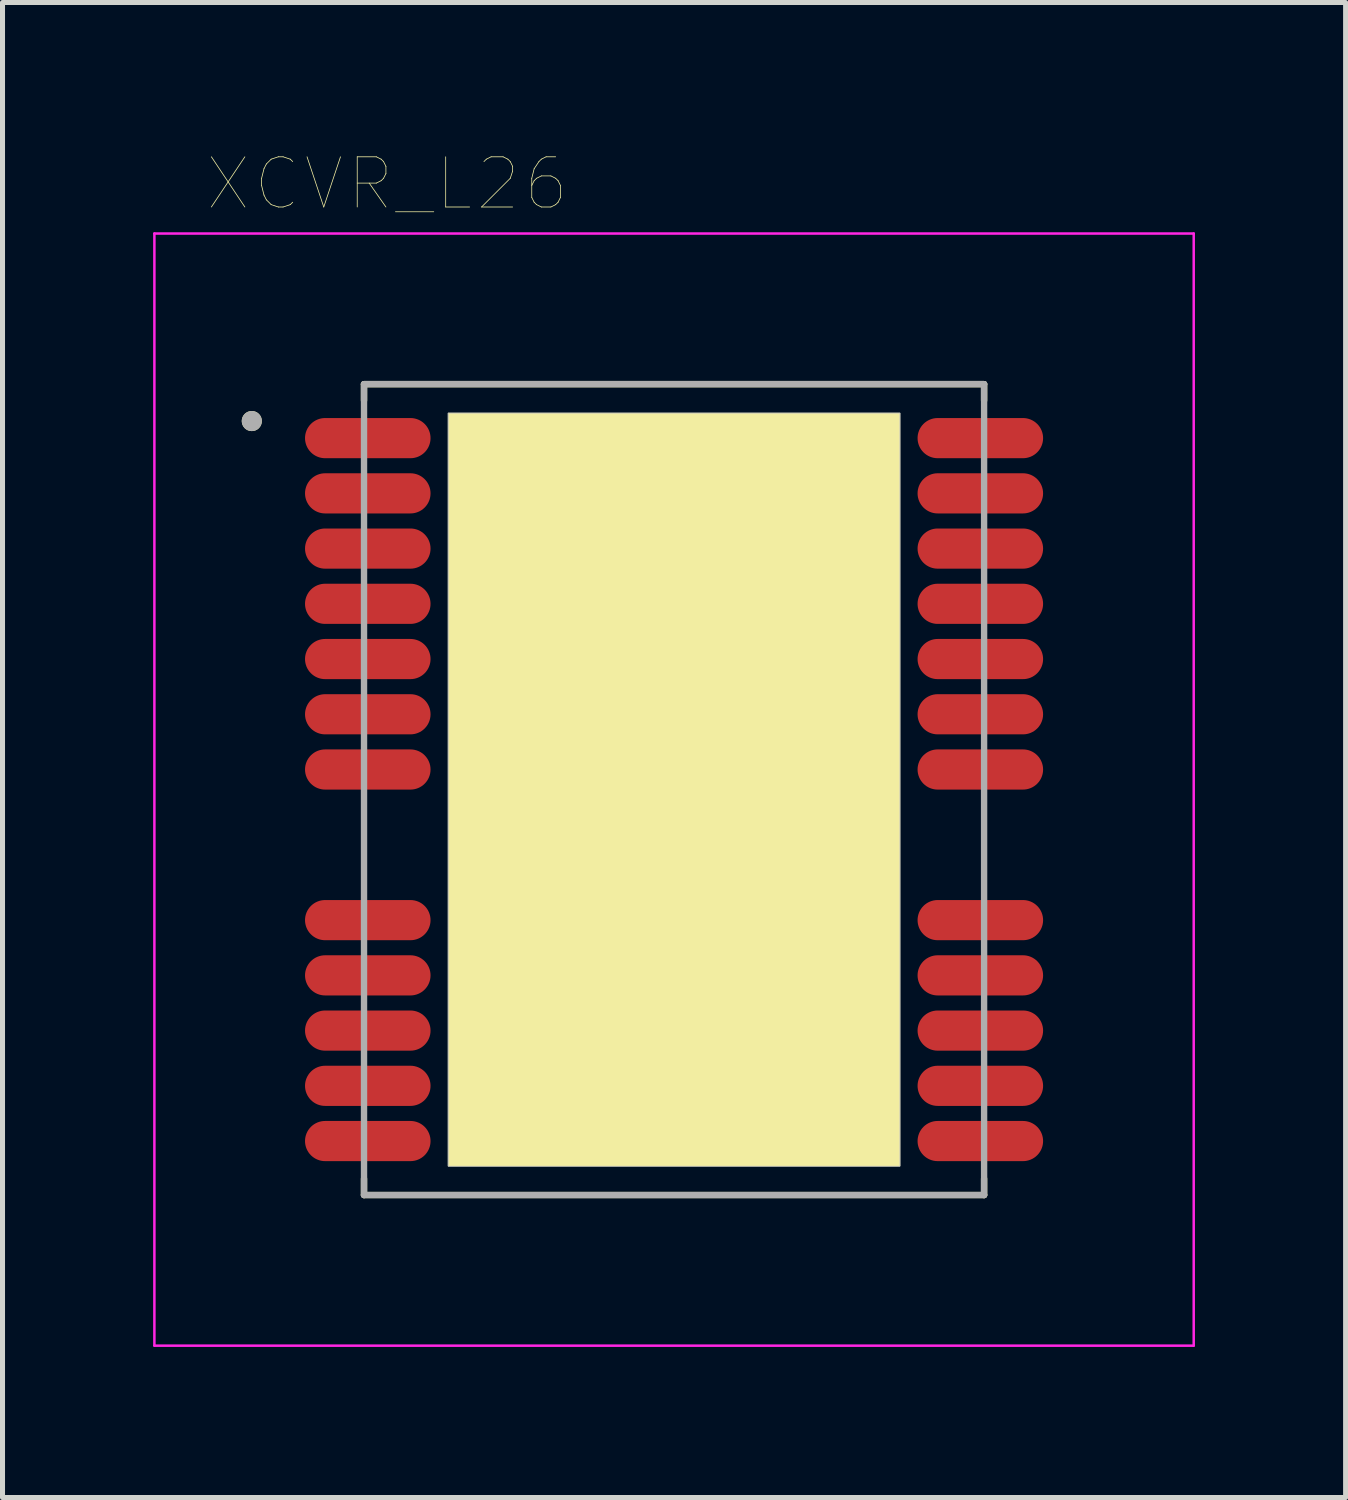
<source format=kicad_pcb>
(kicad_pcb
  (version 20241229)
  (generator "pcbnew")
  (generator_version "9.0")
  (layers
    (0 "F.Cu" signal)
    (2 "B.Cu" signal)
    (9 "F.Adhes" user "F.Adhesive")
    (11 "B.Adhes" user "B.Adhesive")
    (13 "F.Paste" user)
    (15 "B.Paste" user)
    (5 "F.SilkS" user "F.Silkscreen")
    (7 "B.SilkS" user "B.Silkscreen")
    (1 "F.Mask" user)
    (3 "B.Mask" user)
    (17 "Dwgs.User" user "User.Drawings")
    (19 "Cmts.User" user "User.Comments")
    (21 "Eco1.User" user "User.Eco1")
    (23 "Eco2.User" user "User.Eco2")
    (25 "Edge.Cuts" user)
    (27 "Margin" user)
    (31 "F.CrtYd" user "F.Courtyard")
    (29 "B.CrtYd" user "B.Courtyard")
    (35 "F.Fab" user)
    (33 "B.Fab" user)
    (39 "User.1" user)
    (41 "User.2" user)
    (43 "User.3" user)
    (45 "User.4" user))
  (footprint "XCVR_L26"
    (layer "F.Cu")
    (at 10.375 12.676)
    (property "Reference" "XCVR_L26" (at -5.715 -12.065 0) (layer "F.SilkS") (effects (font (size 1 1) (thickness 0.015))))
    (attr through_hole)
    (fp_line (start -6.175 -7.75) (end -6.175 -8.075) (stroke (width 0.127) (type solid)) (layer "F.SilkS"))
    (fp_line (start -6.175 8.075) (end -6.175 7.75) (stroke (width 0.127) (type solid)) (layer "F.SilkS"))
    (fp_line (start 6.175 -8.075) (end -6.175 -8.075) (stroke (width 0.127) (type solid)) (layer "F.SilkS"))
    (fp_line (start 6.175 -7.75) (end 6.175 -8.075) (stroke (width 0.127) (type solid)) (layer "F.SilkS"))
    (fp_line (start 6.175 7.75) (end 6.175 8.075) (stroke (width 0.127) (type solid)) (layer "F.SilkS"))
    (fp_line (start 6.175 8.075) (end -6.175 8.075) (stroke (width 0.127) (type solid)) (layer "F.SilkS"))
    (fp_circle (center -8.41 -7.34) (end -8.31 -7.34) (stroke (width 0.2) (type solid)) (fill no) (layer "F.SilkS"))
    (fp_poly (pts (xy -4.5 -7.5) (xy 4.5 -7.5) (xy 4.5 7.5) (xy -4.5 7.5)) (stroke (width 0.01) (type solid)) (fill yes) (layer "F.SilkS"))
    (fp_poly (pts (xy -5.35 -6.6) (xy -7.35 -6.6) (xy -7.392 -6.602) (xy -7.433 -6.609) (xy -7.474 -6.62) (xy -7.513 -6.635) (xy -7.55 -6.654) (xy -7.585 -6.676) (xy -7.618 -6.703) (xy -7.647 -6.732) (xy -7.674 -6.765) (xy -7.696 -6.8) (xy -7.715 -6.837) (xy -7.73 -6.876) (xy -7.741 -6.917) (xy -7.748 -6.958) (xy -7.75 -7) (xy -7.748 -7.042) (xy -7.741 -7.083) (xy -7.73 -7.124) (xy -7.715 -7.163) (xy -7.696 -7.2) (xy -7.674 -7.235) (xy -7.647 -7.268) (xy -7.618 -7.297) (xy -7.585 -7.324) (xy -7.55 -7.346) (xy -7.513 -7.365) (xy -7.474 -7.38) (xy -7.433 -7.391) (xy -7.392 -7.398) (xy -7.35 -7.4) (xy -5.35 -7.4) (xy -5.308 -7.398) (xy -5.267 -7.391) (xy -5.226 -7.38) (xy -5.187 -7.365) (xy -5.15 -7.346) (xy -5.115 -7.324) (xy -5.082 -7.297) (xy -5.053 -7.268) (xy -5.026 -7.235) (xy -5.004 -7.2) (xy -4.985 -7.163) (xy -4.97 -7.124) (xy -4.959 -7.083) (xy -4.952 -7.042) (xy -4.95 -7) (xy -4.952 -6.958) (xy -4.959 -6.917) (xy -4.97 -6.876) (xy -4.985 -6.837) (xy -5.004 -6.8) (xy -5.026 -6.765) (xy -5.053 -6.732) (xy -5.082 -6.703) (xy -5.115 -6.676) (xy -5.15 -6.654) (xy -5.187 -6.635) (xy -5.226 -6.62) (xy -5.267 -6.609) (xy -5.308 -6.602) (xy -5.35 -6.6)) (stroke (width 0.0001) (type solid)) (fill yes) (layer "F.Paste"))
    (fp_poly (pts (xy -5.35 -5.5) (xy -7.35 -5.5) (xy -7.392 -5.502) (xy -7.433 -5.509) (xy -7.474 -5.52) (xy -7.513 -5.535) (xy -7.55 -5.554) (xy -7.585 -5.576) (xy -7.618 -5.603) (xy -7.647 -5.632) (xy -7.674 -5.665) (xy -7.696 -5.7) (xy -7.715 -5.737) (xy -7.73 -5.776) (xy -7.741 -5.817) (xy -7.748 -5.858) (xy -7.75 -5.9) (xy -7.748 -5.942) (xy -7.741 -5.983) (xy -7.73 -6.024) (xy -7.715 -6.063) (xy -7.696 -6.1) (xy -7.674 -6.135) (xy -7.647 -6.168) (xy -7.618 -6.197) (xy -7.585 -6.224) (xy -7.55 -6.246) (xy -7.513 -6.265) (xy -7.474 -6.28) (xy -7.433 -6.291) (xy -7.392 -6.298) (xy -7.35 -6.3) (xy -5.35 -6.3) (xy -5.308 -6.298) (xy -5.267 -6.291) (xy -5.226 -6.28) (xy -5.187 -6.265) (xy -5.15 -6.246) (xy -5.115 -6.224) (xy -5.082 -6.197) (xy -5.053 -6.168) (xy -5.026 -6.135) (xy -5.004 -6.1) (xy -4.985 -6.063) (xy -4.97 -6.024) (xy -4.959 -5.983) (xy -4.952 -5.942) (xy -4.95 -5.9) (xy -4.952 -5.858) (xy -4.959 -5.817) (xy -4.97 -5.776) (xy -4.985 -5.737) (xy -5.004 -5.7) (xy -5.026 -5.665) (xy -5.053 -5.632) (xy -5.082 -5.603) (xy -5.115 -5.576) (xy -5.15 -5.554) (xy -5.187 -5.535) (xy -5.226 -5.52) (xy -5.267 -5.509) (xy -5.308 -5.502) (xy -5.35 -5.5)) (stroke (width 0.0001) (type solid)) (fill yes) (layer "F.Paste"))
    (fp_poly (pts (xy -5.35 -4.4) (xy -7.35 -4.4) (xy -7.392 -4.402) (xy -7.433 -4.409) (xy -7.474 -4.42) (xy -7.513 -4.435) (xy -7.55 -4.454) (xy -7.585 -4.476) (xy -7.618 -4.503) (xy -7.647 -4.532) (xy -7.674 -4.565) (xy -7.696 -4.6) (xy -7.715 -4.637) (xy -7.73 -4.676) (xy -7.741 -4.717) (xy -7.748 -4.758) (xy -7.75 -4.8) (xy -7.748 -4.842) (xy -7.741 -4.883) (xy -7.73 -4.924) (xy -7.715 -4.963) (xy -7.696 -5) (xy -7.674 -5.035) (xy -7.647 -5.068) (xy -7.618 -5.097) (xy -7.585 -5.124) (xy -7.55 -5.146) (xy -7.513 -5.165) (xy -7.474 -5.18) (xy -7.433 -5.191) (xy -7.392 -5.198) (xy -7.35 -5.2) (xy -5.35 -5.2) (xy -5.308 -5.198) (xy -5.267 -5.191) (xy -5.226 -5.18) (xy -5.187 -5.165) (xy -5.15 -5.146) (xy -5.115 -5.124) (xy -5.082 -5.097) (xy -5.053 -5.068) (xy -5.026 -5.035) (xy -5.004 -5) (xy -4.985 -4.963) (xy -4.97 -4.924) (xy -4.959 -4.883) (xy -4.952 -4.842) (xy -4.95 -4.8) (xy -4.952 -4.758) (xy -4.959 -4.717) (xy -4.97 -4.676) (xy -4.985 -4.637) (xy -5.004 -4.6) (xy -5.026 -4.565) (xy -5.053 -4.532) (xy -5.082 -4.503) (xy -5.115 -4.476) (xy -5.15 -4.454) (xy -5.187 -4.435) (xy -5.226 -4.42) (xy -5.267 -4.409) (xy -5.308 -4.402) (xy -5.35 -4.4)) (stroke (width 0.0001) (type solid)) (fill yes) (layer "F.Paste"))
    (fp_poly (pts (xy -5.35 -3.3) (xy -7.35 -3.3) (xy -7.392 -3.302) (xy -7.433 -3.309) (xy -7.474 -3.32) (xy -7.513 -3.335) (xy -7.55 -3.354) (xy -7.585 -3.376) (xy -7.618 -3.403) (xy -7.647 -3.432) (xy -7.674 -3.465) (xy -7.696 -3.5) (xy -7.715 -3.537) (xy -7.73 -3.576) (xy -7.741 -3.617) (xy -7.748 -3.658) (xy -7.75 -3.7) (xy -7.748 -3.742) (xy -7.741 -3.783) (xy -7.73 -3.824) (xy -7.715 -3.863) (xy -7.696 -3.9) (xy -7.674 -3.935) (xy -7.647 -3.968) (xy -7.618 -3.997) (xy -7.585 -4.024) (xy -7.55 -4.046) (xy -7.513 -4.065) (xy -7.474 -4.08) (xy -7.433 -4.091) (xy -7.392 -4.098) (xy -7.35 -4.1) (xy -5.35 -4.1) (xy -5.308 -4.098) (xy -5.267 -4.091) (xy -5.226 -4.08) (xy -5.187 -4.065) (xy -5.15 -4.046) (xy -5.115 -4.024) (xy -5.082 -3.997) (xy -5.053 -3.968) (xy -5.026 -3.935) (xy -5.004 -3.9) (xy -4.985 -3.863) (xy -4.97 -3.824) (xy -4.959 -3.783) (xy -4.952 -3.742) (xy -4.95 -3.7) (xy -4.952 -3.658) (xy -4.959 -3.617) (xy -4.97 -3.576) (xy -4.985 -3.537) (xy -5.004 -3.5) (xy -5.026 -3.465) (xy -5.053 -3.432) (xy -5.082 -3.403) (xy -5.115 -3.376) (xy -5.15 -3.354) (xy -5.187 -3.335) (xy -5.226 -3.32) (xy -5.267 -3.309) (xy -5.308 -3.302) (xy -5.35 -3.3)) (stroke (width 0.0001) (type solid)) (fill yes) (layer "F.Paste"))
    (fp_poly (pts (xy -5.35 -2.2) (xy -7.35 -2.2) (xy -7.392 -2.202) (xy -7.433 -2.209) (xy -7.474 -2.22) (xy -7.513 -2.235) (xy -7.55 -2.254) (xy -7.585 -2.276) (xy -7.618 -2.303) (xy -7.647 -2.332) (xy -7.674 -2.365) (xy -7.696 -2.4) (xy -7.715 -2.437) (xy -7.73 -2.476) (xy -7.741 -2.517) (xy -7.748 -2.558) (xy -7.75 -2.6) (xy -7.748 -2.642) (xy -7.741 -2.683) (xy -7.73 -2.724) (xy -7.715 -2.763) (xy -7.696 -2.8) (xy -7.674 -2.835) (xy -7.647 -2.868) (xy -7.618 -2.897) (xy -7.585 -2.924) (xy -7.55 -2.946) (xy -7.513 -2.965) (xy -7.474 -2.98) (xy -7.433 -2.991) (xy -7.392 -2.998) (xy -7.35 -3) (xy -5.35 -3) (xy -5.308 -2.998) (xy -5.267 -2.991) (xy -5.226 -2.98) (xy -5.187 -2.965) (xy -5.15 -2.946) (xy -5.115 -2.924) (xy -5.082 -2.897) (xy -5.053 -2.868) (xy -5.026 -2.835) (xy -5.004 -2.8) (xy -4.985 -2.763) (xy -4.97 -2.724) (xy -4.959 -2.683) (xy -4.952 -2.642) (xy -4.95 -2.6) (xy -4.952 -2.558) (xy -4.959 -2.517) (xy -4.97 -2.476) (xy -4.985 -2.437) (xy -5.004 -2.4) (xy -5.026 -2.365) (xy -5.053 -2.332) (xy -5.082 -2.303) (xy -5.115 -2.276) (xy -5.15 -2.254) (xy -5.187 -2.235) (xy -5.226 -2.22) (xy -5.267 -2.209) (xy -5.308 -2.202) (xy -5.35 -2.2)) (stroke (width 0.0001) (type solid)) (fill yes) (layer "F.Paste"))
    (fp_poly (pts (xy -5.35 -1.1) (xy -7.35 -1.1) (xy -7.392 -1.102) (xy -7.433 -1.109) (xy -7.474 -1.12) (xy -7.513 -1.135) (xy -7.55 -1.154) (xy -7.585 -1.176) (xy -7.618 -1.203) (xy -7.647 -1.232) (xy -7.674 -1.265) (xy -7.696 -1.3) (xy -7.715 -1.337) (xy -7.73 -1.376) (xy -7.741 -1.417) (xy -7.748 -1.458) (xy -7.75 -1.5) (xy -7.748 -1.542) (xy -7.741 -1.583) (xy -7.73 -1.624) (xy -7.715 -1.663) (xy -7.696 -1.7) (xy -7.674 -1.735) (xy -7.647 -1.768) (xy -7.618 -1.797) (xy -7.585 -1.824) (xy -7.55 -1.846) (xy -7.513 -1.865) (xy -7.474 -1.88) (xy -7.433 -1.891) (xy -7.392 -1.898) (xy -7.35 -1.9) (xy -5.35 -1.9) (xy -5.308 -1.898) (xy -5.267 -1.891) (xy -5.226 -1.88) (xy -5.187 -1.865) (xy -5.15 -1.846) (xy -5.115 -1.824) (xy -5.082 -1.797) (xy -5.053 -1.768) (xy -5.026 -1.735) (xy -5.004 -1.7) (xy -4.985 -1.663) (xy -4.97 -1.624) (xy -4.959 -1.583) (xy -4.952 -1.542) (xy -4.95 -1.5) (xy -4.952 -1.458) (xy -4.959 -1.417) (xy -4.97 -1.376) (xy -4.985 -1.337) (xy -5.004 -1.3) (xy -5.026 -1.265) (xy -5.053 -1.232) (xy -5.082 -1.203) (xy -5.115 -1.176) (xy -5.15 -1.154) (xy -5.187 -1.135) (xy -5.226 -1.12) (xy -5.267 -1.109) (xy -5.308 -1.102) (xy -5.35 -1.1)) (stroke (width 0.0001) (type solid)) (fill yes) (layer "F.Paste"))
    (fp_poly (pts (xy -5.35 0) (xy -7.35 0) (xy -7.392 -0.002) (xy -7.433 -0.009) (xy -7.474 -0.02) (xy -7.513 -0.035) (xy -7.55 -0.054) (xy -7.585 -0.076) (xy -7.618 -0.103) (xy -7.647 -0.132) (xy -7.674 -0.165) (xy -7.696 -0.2) (xy -7.715 -0.237) (xy -7.73 -0.276) (xy -7.741 -0.317) (xy -7.748 -0.358) (xy -7.75 -0.4) (xy -7.748 -0.442) (xy -7.741 -0.483) (xy -7.73 -0.524) (xy -7.715 -0.563) (xy -7.696 -0.6) (xy -7.674 -0.635) (xy -7.647 -0.668) (xy -7.618 -0.697) (xy -7.585 -0.724) (xy -7.55 -0.746) (xy -7.513 -0.765) (xy -7.474 -0.78) (xy -7.433 -0.791) (xy -7.392 -0.798) (xy -7.35 -0.8) (xy -5.35 -0.8) (xy -5.308 -0.798) (xy -5.267 -0.791) (xy -5.226 -0.78) (xy -5.187 -0.765) (xy -5.15 -0.746) (xy -5.115 -0.724) (xy -5.082 -0.697) (xy -5.053 -0.668) (xy -5.026 -0.635) (xy -5.004 -0.6) (xy -4.985 -0.563) (xy -4.97 -0.524) (xy -4.959 -0.483) (xy -4.952 -0.442) (xy -4.95 -0.4) (xy -4.952 -0.358) (xy -4.959 -0.317) (xy -4.97 -0.276) (xy -4.985 -0.237) (xy -5.004 -0.2) (xy -5.026 -0.165) (xy -5.053 -0.132) (xy -5.082 -0.103) (xy -5.115 -0.076) (xy -5.15 -0.054) (xy -5.187 -0.035) (xy -5.226 -0.02) (xy -5.267 -0.009) (xy -5.308 -0.002) (xy -5.35 0)) (stroke (width 0.0001) (type solid)) (fill yes) (layer "F.Paste"))
    (fp_poly (pts (xy -5.35 3) (xy -7.35 3) (xy -7.392 2.998) (xy -7.433 2.991) (xy -7.474 2.98) (xy -7.513 2.965) (xy -7.55 2.946) (xy -7.585 2.924) (xy -7.618 2.897) (xy -7.647 2.868) (xy -7.674 2.835) (xy -7.696 2.8) (xy -7.715 2.763) (xy -7.73 2.724) (xy -7.741 2.683) (xy -7.748 2.642) (xy -7.75 2.6) (xy -7.748 2.558) (xy -7.741 2.517) (xy -7.73 2.476) (xy -7.715 2.437) (xy -7.696 2.4) (xy -7.674 2.365) (xy -7.647 2.332) (xy -7.618 2.303) (xy -7.585 2.276) (xy -7.55 2.254) (xy -7.513 2.235) (xy -7.474 2.22) (xy -7.433 2.209) (xy -7.392 2.202) (xy -7.35 2.2) (xy -5.35 2.2) (xy -5.308 2.202) (xy -5.267 2.209) (xy -5.226 2.22) (xy -5.187 2.235) (xy -5.15 2.254) (xy -5.115 2.276) (xy -5.082 2.303) (xy -5.053 2.332) (xy -5.026 2.365) (xy -5.004 2.4) (xy -4.985 2.437) (xy -4.97 2.476) (xy -4.959 2.517) (xy -4.952 2.558) (xy -4.95 2.6) (xy -4.952 2.642) (xy -4.959 2.683) (xy -4.97 2.724) (xy -4.985 2.763) (xy -5.004 2.8) (xy -5.026 2.835) (xy -5.053 2.868) (xy -5.082 2.897) (xy -5.115 2.924) (xy -5.15 2.946) (xy -5.187 2.965) (xy -5.226 2.98) (xy -5.267 2.991) (xy -5.308 2.998) (xy -5.35 3)) (stroke (width 0.0001) (type solid)) (fill yes) (layer "F.Paste"))
    (fp_poly (pts (xy -5.35 4.1) (xy -7.35 4.1) (xy -7.392 4.098) (xy -7.433 4.091) (xy -7.474 4.08) (xy -7.513 4.065) (xy -7.55 4.046) (xy -7.585 4.024) (xy -7.618 3.997) (xy -7.647 3.968) (xy -7.674 3.935) (xy -7.696 3.9) (xy -7.715 3.863) (xy -7.73 3.824) (xy -7.741 3.783) (xy -7.748 3.742) (xy -7.75 3.7) (xy -7.748 3.658) (xy -7.741 3.617) (xy -7.73 3.576) (xy -7.715 3.537) (xy -7.696 3.5) (xy -7.674 3.465) (xy -7.647 3.432) (xy -7.618 3.403) (xy -7.585 3.376) (xy -7.55 3.354) (xy -7.513 3.335) (xy -7.474 3.32) (xy -7.433 3.309) (xy -7.392 3.302) (xy -7.35 3.3) (xy -5.35 3.3) (xy -5.308 3.302) (xy -5.267 3.309) (xy -5.226 3.32) (xy -5.187 3.335) (xy -5.15 3.354) (xy -5.115 3.376) (xy -5.082 3.403) (xy -5.053 3.432) (xy -5.026 3.465) (xy -5.004 3.5) (xy -4.985 3.537) (xy -4.97 3.576) (xy -4.959 3.617) (xy -4.952 3.658) (xy -4.95 3.7) (xy -4.952 3.742) (xy -4.959 3.783) (xy -4.97 3.824) (xy -4.985 3.863) (xy -5.004 3.9) (xy -5.026 3.935) (xy -5.053 3.968) (xy -5.082 3.997) (xy -5.115 4.024) (xy -5.15 4.046) (xy -5.187 4.065) (xy -5.226 4.08) (xy -5.267 4.091) (xy -5.308 4.098) (xy -5.35 4.1)) (stroke (width 0.0001) (type solid)) (fill yes) (layer "F.Paste"))
    (fp_poly (pts (xy -5.35 5.2) (xy -7.35 5.2) (xy -7.392 5.198) (xy -7.433 5.191) (xy -7.474 5.18) (xy -7.513 5.165) (xy -7.55 5.146) (xy -7.585 5.124) (xy -7.618 5.097) (xy -7.647 5.068) (xy -7.674 5.035) (xy -7.696 5) (xy -7.715 4.963) (xy -7.73 4.924) (xy -7.741 4.883) (xy -7.748 4.842) (xy -7.75 4.8) (xy -7.748 4.758) (xy -7.741 4.717) (xy -7.73 4.676) (xy -7.715 4.637) (xy -7.696 4.6) (xy -7.674 4.565) (xy -7.647 4.532) (xy -7.618 4.503) (xy -7.585 4.476) (xy -7.55 4.454) (xy -7.513 4.435) (xy -7.474 4.42) (xy -7.433 4.409) (xy -7.392 4.402) (xy -7.35 4.4) (xy -5.35 4.4) (xy -5.308 4.402) (xy -5.267 4.409) (xy -5.226 4.42) (xy -5.187 4.435) (xy -5.15 4.454) (xy -5.115 4.476) (xy -5.082 4.503) (xy -5.053 4.532) (xy -5.026 4.565) (xy -5.004 4.6) (xy -4.985 4.637) (xy -4.97 4.676) (xy -4.959 4.717) (xy -4.952 4.758) (xy -4.95 4.8) (xy -4.952 4.842) (xy -4.959 4.883) (xy -4.97 4.924) (xy -4.985 4.963) (xy -5.004 5) (xy -5.026 5.035) (xy -5.053 5.068) (xy -5.082 5.097) (xy -5.115 5.124) (xy -5.15 5.146) (xy -5.187 5.165) (xy -5.226 5.18) (xy -5.267 5.191) (xy -5.308 5.198) (xy -5.35 5.2)) (stroke (width 0.0001) (type solid)) (fill yes) (layer "F.Paste"))
    (fp_poly (pts (xy -5.35 6.3) (xy -7.35 6.3) (xy -7.392 6.298) (xy -7.433 6.291) (xy -7.474 6.28) (xy -7.513 6.265) (xy -7.55 6.246) (xy -7.585 6.224) (xy -7.618 6.197) (xy -7.647 6.168) (xy -7.674 6.135) (xy -7.696 6.1) (xy -7.715 6.063) (xy -7.73 6.024) (xy -7.741 5.983) (xy -7.748 5.942) (xy -7.75 5.9) (xy -7.748 5.858) (xy -7.741 5.817) (xy -7.73 5.776) (xy -7.715 5.737) (xy -7.696 5.7) (xy -7.674 5.665) (xy -7.647 5.632) (xy -7.618 5.603) (xy -7.585 5.576) (xy -7.55 5.554) (xy -7.513 5.535) (xy -7.474 5.52) (xy -7.433 5.509) (xy -7.392 5.502) (xy -7.35 5.5) (xy -5.35 5.5) (xy -5.308 5.502) (xy -5.267 5.509) (xy -5.226 5.52) (xy -5.187 5.535) (xy -5.15 5.554) (xy -5.115 5.576) (xy -5.082 5.603) (xy -5.053 5.632) (xy -5.026 5.665) (xy -5.004 5.7) (xy -4.985 5.737) (xy -4.97 5.776) (xy -4.959 5.817) (xy -4.952 5.858) (xy -4.95 5.9) (xy -4.952 5.942) (xy -4.959 5.983) (xy -4.97 6.024) (xy -4.985 6.063) (xy -5.004 6.1) (xy -5.026 6.135) (xy -5.053 6.168) (xy -5.082 6.197) (xy -5.115 6.224) (xy -5.15 6.246) (xy -5.187 6.265) (xy -5.226 6.28) (xy -5.267 6.291) (xy -5.308 6.298) (xy -5.35 6.3)) (stroke (width 0.0001) (type solid)) (fill yes) (layer "F.Paste"))
    (fp_poly (pts (xy -5.35 7.4) (xy -7.35 7.4) (xy -7.392 7.398) (xy -7.433 7.391) (xy -7.474 7.38) (xy -7.513 7.365) (xy -7.55 7.346) (xy -7.585 7.324) (xy -7.618 7.297) (xy -7.647 7.268) (xy -7.674 7.235) (xy -7.696 7.2) (xy -7.715 7.163) (xy -7.73 7.124) (xy -7.741 7.083) (xy -7.748 7.042) (xy -7.75 7) (xy -7.748 6.958) (xy -7.741 6.917) (xy -7.73 6.876) (xy -7.715 6.837) (xy -7.696 6.8) (xy -7.674 6.765) (xy -7.647 6.732) (xy -7.618 6.703) (xy -7.585 6.676) (xy -7.55 6.654) (xy -7.513 6.635) (xy -7.474 6.62) (xy -7.433 6.609) (xy -7.392 6.602) (xy -7.35 6.6) (xy -5.35 6.6) (xy -5.308 6.602) (xy -5.267 6.609) (xy -5.226 6.62) (xy -5.187 6.635) (xy -5.15 6.654) (xy -5.115 6.676) (xy -5.082 6.703) (xy -5.053 6.732) (xy -5.026 6.765) (xy -5.004 6.8) (xy -4.985 6.837) (xy -4.97 6.876) (xy -4.959 6.917) (xy -4.952 6.958) (xy -4.95 7) (xy -4.952 7.042) (xy -4.959 7.083) (xy -4.97 7.124) (xy -4.985 7.163) (xy -5.004 7.2) (xy -5.026 7.235) (xy -5.053 7.268) (xy -5.082 7.297) (xy -5.115 7.324) (xy -5.15 7.346) (xy -5.187 7.365) (xy -5.226 7.38) (xy -5.267 7.391) (xy -5.308 7.398) (xy -5.35 7.4)) (stroke (width 0.0001) (type solid)) (fill yes) (layer "F.Paste"))
    (fp_poly (pts (xy 7.35 -6.6) (xy 5.35 -6.6) (xy 5.308 -6.602) (xy 5.267 -6.609) (xy 5.226 -6.62) (xy 5.187 -6.635) (xy 5.15 -6.654) (xy 5.115 -6.676) (xy 5.082 -6.703) (xy 5.053 -6.732) (xy 5.026 -6.765) (xy 5.004 -6.8) (xy 4.985 -6.837) (xy 4.97 -6.876) (xy 4.959 -6.917) (xy 4.952 -6.958) (xy 4.95 -7) (xy 4.952 -7.042) (xy 4.959 -7.083) (xy 4.97 -7.124) (xy 4.985 -7.163) (xy 5.004 -7.2) (xy 5.026 -7.235) (xy 5.053 -7.268) (xy 5.082 -7.297) (xy 5.115 -7.324) (xy 5.15 -7.346) (xy 5.187 -7.365) (xy 5.226 -7.38) (xy 5.267 -7.391) (xy 5.308 -7.398) (xy 5.35 -7.4) (xy 7.35 -7.4) (xy 7.392 -7.398) (xy 7.433 -7.391) (xy 7.474 -7.38) (xy 7.513 -7.365) (xy 7.55 -7.346) (xy 7.585 -7.324) (xy 7.618 -7.297) (xy 7.647 -7.268) (xy 7.674 -7.235) (xy 7.696 -7.2) (xy 7.715 -7.163) (xy 7.73 -7.124) (xy 7.741 -7.083) (xy 7.748 -7.042) (xy 7.75 -7) (xy 7.748 -6.958) (xy 7.741 -6.917) (xy 7.73 -6.876) (xy 7.715 -6.837) (xy 7.696 -6.8) (xy 7.674 -6.765) (xy 7.647 -6.732) (xy 7.618 -6.703) (xy 7.585 -6.676) (xy 7.55 -6.654) (xy 7.513 -6.635) (xy 7.474 -6.62) (xy 7.433 -6.609) (xy 7.392 -6.602) (xy 7.35 -6.6)) (stroke (width 0.0001) (type solid)) (fill yes) (layer "F.Paste"))
    (fp_poly (pts (xy 7.35 -5.5) (xy 5.35 -5.5) (xy 5.308 -5.502) (xy 5.267 -5.509) (xy 5.226 -5.52) (xy 5.187 -5.535) (xy 5.15 -5.554) (xy 5.115 -5.576) (xy 5.082 -5.603) (xy 5.053 -5.632) (xy 5.026 -5.665) (xy 5.004 -5.7) (xy 4.985 -5.737) (xy 4.97 -5.776) (xy 4.959 -5.817) (xy 4.952 -5.858) (xy 4.95 -5.9) (xy 4.952 -5.942) (xy 4.959 -5.983) (xy 4.97 -6.024) (xy 4.985 -6.063) (xy 5.004 -6.1) (xy 5.026 -6.135) (xy 5.053 -6.168) (xy 5.082 -6.197) (xy 5.115 -6.224) (xy 5.15 -6.246) (xy 5.187 -6.265) (xy 5.226 -6.28) (xy 5.267 -6.291) (xy 5.308 -6.298) (xy 5.35 -6.3) (xy 7.35 -6.3) (xy 7.392 -6.298) (xy 7.433 -6.291) (xy 7.474 -6.28) (xy 7.513 -6.265) (xy 7.55 -6.246) (xy 7.585 -6.224) (xy 7.618 -6.197) (xy 7.647 -6.168) (xy 7.674 -6.135) (xy 7.696 -6.1) (xy 7.715 -6.063) (xy 7.73 -6.024) (xy 7.741 -5.983) (xy 7.748 -5.942) (xy 7.75 -5.9) (xy 7.748 -5.858) (xy 7.741 -5.817) (xy 7.73 -5.776) (xy 7.715 -5.737) (xy 7.696 -5.7) (xy 7.674 -5.665) (xy 7.647 -5.632) (xy 7.618 -5.603) (xy 7.585 -5.576) (xy 7.55 -5.554) (xy 7.513 -5.535) (xy 7.474 -5.52) (xy 7.433 -5.509) (xy 7.392 -5.502) (xy 7.35 -5.5)) (stroke (width 0.0001) (type solid)) (fill yes) (layer "F.Paste"))
    (fp_poly (pts (xy 7.35 -5.5) (xy 5.35 -5.5) (xy 5.308 -5.502) (xy 5.267 -5.509) (xy 5.226 -5.52) (xy 5.187 -5.535) (xy 5.15 -5.554) (xy 5.115 -5.576) (xy 5.082 -5.603) (xy 5.053 -5.632) (xy 5.026 -5.665) (xy 5.004 -5.7) (xy 4.985 -5.737) (xy 4.97 -5.776) (xy 4.959 -5.817) (xy 4.952 -5.858) (xy 4.95 -5.9) (xy 4.952 -5.942) (xy 4.959 -5.983) (xy 4.97 -6.024) (xy 4.985 -6.063) (xy 5.004 -6.1) (xy 5.026 -6.135) (xy 5.053 -6.168) (xy 5.082 -6.197) (xy 5.115 -6.224) (xy 5.15 -6.246) (xy 5.187 -6.265) (xy 5.226 -6.28) (xy 5.267 -6.291) (xy 5.308 -6.298) (xy 5.35 -6.3) (xy 7.35 -6.3) (xy 7.392 -6.298) (xy 7.433 -6.291) (xy 7.474 -6.28) (xy 7.513 -6.265) (xy 7.55 -6.246) (xy 7.585 -6.224) (xy 7.618 -6.197) (xy 7.647 -6.168) (xy 7.674 -6.135) (xy 7.696 -6.1) (xy 7.715 -6.063) (xy 7.73 -6.024) (xy 7.741 -5.983) (xy 7.748 -5.942) (xy 7.75 -5.9) (xy 7.748 -5.858) (xy 7.741 -5.817) (xy 7.73 -5.776) (xy 7.715 -5.737) (xy 7.696 -5.7) (xy 7.674 -5.665) (xy 7.647 -5.632) (xy 7.618 -5.603) (xy 7.585 -5.576) (xy 7.55 -5.554) (xy 7.513 -5.535) (xy 7.474 -5.52) (xy 7.433 -5.509) (xy 7.392 -5.502) (xy 7.35 -5.5)) (stroke (width 0.0001) (type solid)) (fill yes) (layer "F.Paste"))
    (fp_poly (pts (xy 7.35 -4.4) (xy 5.35 -4.4) (xy 5.308 -4.402) (xy 5.267 -4.409) (xy 5.226 -4.42) (xy 5.187 -4.435) (xy 5.15 -4.454) (xy 5.115 -4.476) (xy 5.082 -4.503) (xy 5.053 -4.532) (xy 5.026 -4.565) (xy 5.004 -4.6) (xy 4.985 -4.637) (xy 4.97 -4.676) (xy 4.959 -4.717) (xy 4.952 -4.758) (xy 4.95 -4.8) (xy 4.952 -4.842) (xy 4.959 -4.883) (xy 4.97 -4.924) (xy 4.985 -4.963) (xy 5.004 -5) (xy 5.026 -5.035) (xy 5.053 -5.068) (xy 5.082 -5.097) (xy 5.115 -5.124) (xy 5.15 -5.146) (xy 5.187 -5.165) (xy 5.226 -5.18) (xy 5.267 -5.191) (xy 5.308 -5.198) (xy 5.35 -5.2) (xy 7.35 -5.2) (xy 7.392 -5.198) (xy 7.433 -5.191) (xy 7.474 -5.18) (xy 7.513 -5.165) (xy 7.55 -5.146) (xy 7.585 -5.124) (xy 7.618 -5.097) (xy 7.647 -5.068) (xy 7.674 -5.035) (xy 7.696 -5) (xy 7.715 -4.963) (xy 7.73 -4.924) (xy 7.741 -4.883) (xy 7.748 -4.842) (xy 7.75 -4.8) (xy 7.748 -4.758) (xy 7.741 -4.717) (xy 7.73 -4.676) (xy 7.715 -4.637) (xy 7.696 -4.6) (xy 7.674 -4.565) (xy 7.647 -4.532) (xy 7.618 -4.503) (xy 7.585 -4.476) (xy 7.55 -4.454) (xy 7.513 -4.435) (xy 7.474 -4.42) (xy 7.433 -4.409) (xy 7.392 -4.402) (xy 7.35 -4.4)) (stroke (width 0.0001) (type solid)) (fill yes) (layer "F.Paste"))
    (fp_poly (pts (xy 7.35 -3.3) (xy 5.35 -3.3) (xy 5.308 -3.302) (xy 5.267 -3.309) (xy 5.226 -3.32) (xy 5.187 -3.335) (xy 5.15 -3.354) (xy 5.115 -3.376) (xy 5.082 -3.403) (xy 5.053 -3.432) (xy 5.026 -3.465) (xy 5.004 -3.5) (xy 4.985 -3.537) (xy 4.97 -3.576) (xy 4.959 -3.617) (xy 4.952 -3.658) (xy 4.95 -3.7) (xy 4.952 -3.742) (xy 4.959 -3.783) (xy 4.97 -3.824) (xy 4.985 -3.863) (xy 5.004 -3.9) (xy 5.026 -3.935) (xy 5.053 -3.968) (xy 5.082 -3.997) (xy 5.115 -4.024) (xy 5.15 -4.046) (xy 5.187 -4.065) (xy 5.226 -4.08) (xy 5.267 -4.091) (xy 5.308 -4.098) (xy 5.35 -4.1) (xy 7.35 -4.1) (xy 7.392 -4.098) (xy 7.433 -4.091) (xy 7.474 -4.08) (xy 7.513 -4.065) (xy 7.55 -4.046) (xy 7.585 -4.024) (xy 7.618 -3.997) (xy 7.647 -3.968) (xy 7.674 -3.935) (xy 7.696 -3.9) (xy 7.715 -3.863) (xy 7.73 -3.824) (xy 7.741 -3.783) (xy 7.748 -3.742) (xy 7.75 -3.7) (xy 7.748 -3.658) (xy 7.741 -3.617) (xy 7.73 -3.576) (xy 7.715 -3.537) (xy 7.696 -3.5) (xy 7.674 -3.465) (xy 7.647 -3.432) (xy 7.618 -3.403) (xy 7.585 -3.376) (xy 7.55 -3.354) (xy 7.513 -3.335) (xy 7.474 -3.32) (xy 7.433 -3.309) (xy 7.392 -3.302) (xy 7.35 -3.3)) (stroke (width 0.0001) (type solid)) (fill yes) (layer "F.Paste"))
    (fp_poly (pts (xy 7.35 -2.2) (xy 5.35 -2.2) (xy 5.308 -2.202) (xy 5.267 -2.209) (xy 5.226 -2.22) (xy 5.187 -2.235) (xy 5.15 -2.254) (xy 5.115 -2.276) (xy 5.082 -2.303) (xy 5.053 -2.332) (xy 5.026 -2.365) (xy 5.004 -2.4) (xy 4.985 -2.437) (xy 4.97 -2.476) (xy 4.959 -2.517) (xy 4.952 -2.558) (xy 4.95 -2.6) (xy 4.952 -2.642) (xy 4.959 -2.683) (xy 4.97 -2.724) (xy 4.985 -2.763) (xy 5.004 -2.8) (xy 5.026 -2.835) (xy 5.053 -2.868) (xy 5.082 -2.897) (xy 5.115 -2.924) (xy 5.15 -2.946) (xy 5.187 -2.965) (xy 5.226 -2.98) (xy 5.267 -2.991) (xy 5.308 -2.998) (xy 5.35 -3) (xy 7.35 -3) (xy 7.392 -2.998) (xy 7.433 -2.991) (xy 7.474 -2.98) (xy 7.513 -2.965) (xy 7.55 -2.946) (xy 7.585 -2.924) (xy 7.618 -2.897) (xy 7.647 -2.868) (xy 7.674 -2.835) (xy 7.696 -2.8) (xy 7.715 -2.763) (xy 7.73 -2.724) (xy 7.741 -2.683) (xy 7.748 -2.642) (xy 7.75 -2.6) (xy 7.748 -2.558) (xy 7.741 -2.517) (xy 7.73 -2.476) (xy 7.715 -2.437) (xy 7.696 -2.4) (xy 7.674 -2.365) (xy 7.647 -2.332) (xy 7.618 -2.303) (xy 7.585 -2.276) (xy 7.55 -2.254) (xy 7.513 -2.235) (xy 7.474 -2.22) (xy 7.433 -2.209) (xy 7.392 -2.202) (xy 7.35 -2.2)) (stroke (width 0.0001) (type solid)) (fill yes) (layer "F.Paste"))
    (fp_poly (pts (xy 7.35 -2.2) (xy 5.35 -2.2) (xy 5.308 -2.202) (xy 5.267 -2.209) (xy 5.226 -2.22) (xy 5.187 -2.235) (xy 5.15 -2.254) (xy 5.115 -2.276) (xy 5.082 -2.303) (xy 5.053 -2.332) (xy 5.026 -2.365) (xy 5.004 -2.4) (xy 4.985 -2.437) (xy 4.97 -2.476) (xy 4.959 -2.517) (xy 4.952 -2.558) (xy 4.95 -2.6) (xy 4.952 -2.642) (xy 4.959 -2.683) (xy 4.97 -2.724) (xy 4.985 -2.763) (xy 5.004 -2.8) (xy 5.026 -2.835) (xy 5.053 -2.868) (xy 5.082 -2.897) (xy 5.115 -2.924) (xy 5.15 -2.946) (xy 5.187 -2.965) (xy 5.226 -2.98) (xy 5.267 -2.991) (xy 5.308 -2.998) (xy 5.35 -3) (xy 7.35 -3) (xy 7.392 -2.998) (xy 7.433 -2.991) (xy 7.474 -2.98) (xy 7.513 -2.965) (xy 7.55 -2.946) (xy 7.585 -2.924) (xy 7.618 -2.897) (xy 7.647 -2.868) (xy 7.674 -2.835) (xy 7.696 -2.8) (xy 7.715 -2.763) (xy 7.73 -2.724) (xy 7.741 -2.683) (xy 7.748 -2.642) (xy 7.75 -2.6) (xy 7.748 -2.558) (xy 7.741 -2.517) (xy 7.73 -2.476) (xy 7.715 -2.437) (xy 7.696 -2.4) (xy 7.674 -2.365) (xy 7.647 -2.332) (xy 7.618 -2.303) (xy 7.585 -2.276) (xy 7.55 -2.254) (xy 7.513 -2.235) (xy 7.474 -2.22) (xy 7.433 -2.209) (xy 7.392 -2.202) (xy 7.35 -2.2)) (stroke (width 0.0001) (type solid)) (fill yes) (layer "F.Paste"))
    (fp_poly (pts (xy 7.35 -1.1) (xy 5.35 -1.1) (xy 5.308 -1.102) (xy 5.267 -1.109) (xy 5.226 -1.12) (xy 5.187 -1.135) (xy 5.15 -1.154) (xy 5.115 -1.176) (xy 5.082 -1.203) (xy 5.053 -1.232) (xy 5.026 -1.265) (xy 5.004 -1.3) (xy 4.985 -1.337) (xy 4.97 -1.376) (xy 4.959 -1.417) (xy 4.952 -1.458) (xy 4.95 -1.5) (xy 4.952 -1.542) (xy 4.959 -1.583) (xy 4.97 -1.624) (xy 4.985 -1.663) (xy 5.004 -1.7) (xy 5.026 -1.735) (xy 5.053 -1.768) (xy 5.082 -1.797) (xy 5.115 -1.824) (xy 5.15 -1.846) (xy 5.187 -1.865) (xy 5.226 -1.88) (xy 5.267 -1.891) (xy 5.308 -1.898) (xy 5.35 -1.9) (xy 7.35 -1.9) (xy 7.392 -1.898) (xy 7.433 -1.891) (xy 7.474 -1.88) (xy 7.513 -1.865) (xy 7.55 -1.846) (xy 7.585 -1.824) (xy 7.618 -1.797) (xy 7.647 -1.768) (xy 7.674 -1.735) (xy 7.696 -1.7) (xy 7.715 -1.663) (xy 7.73 -1.624) (xy 7.741 -1.583) (xy 7.748 -1.542) (xy 7.75 -1.5) (xy 7.748 -1.458) (xy 7.741 -1.417) (xy 7.73 -1.376) (xy 7.715 -1.337) (xy 7.696 -1.3) (xy 7.674 -1.265) (xy 7.647 -1.232) (xy 7.618 -1.203) (xy 7.585 -1.176) (xy 7.55 -1.154) (xy 7.513 -1.135) (xy 7.474 -1.12) (xy 7.433 -1.109) (xy 7.392 -1.102) (xy 7.35 -1.1)) (stroke (width 0.0001) (type solid)) (fill yes) (layer "F.Paste"))
    (fp_poly (pts (xy 7.35 0) (xy 5.35 0) (xy 5.308 -0.002) (xy 5.267 -0.009) (xy 5.226 -0.02) (xy 5.187 -0.035) (xy 5.15 -0.054) (xy 5.115 -0.076) (xy 5.082 -0.103) (xy 5.053 -0.132) (xy 5.026 -0.165) (xy 5.004 -0.2) (xy 4.985 -0.237) (xy 4.97 -0.276) (xy 4.959 -0.317) (xy 4.952 -0.358) (xy 4.95 -0.4) (xy 4.952 -0.442) (xy 4.959 -0.483) (xy 4.97 -0.524) (xy 4.985 -0.563) (xy 5.004 -0.6) (xy 5.026 -0.635) (xy 5.053 -0.668) (xy 5.082 -0.697) (xy 5.115 -0.724) (xy 5.15 -0.746) (xy 5.187 -0.765) (xy 5.226 -0.78) (xy 5.267 -0.791) (xy 5.308 -0.798) (xy 5.35 -0.8) (xy 7.35 -0.8) (xy 7.392 -0.798) (xy 7.433 -0.791) (xy 7.474 -0.78) (xy 7.513 -0.765) (xy 7.55 -0.746) (xy 7.585 -0.724) (xy 7.618 -0.697) (xy 7.647 -0.668) (xy 7.674 -0.635) (xy 7.696 -0.6) (xy 7.715 -0.563) (xy 7.73 -0.524) (xy 7.741 -0.483) (xy 7.748 -0.442) (xy 7.75 -0.4) (xy 7.748 -0.358) (xy 7.741 -0.317) (xy 7.73 -0.276) (xy 7.715 -0.237) (xy 7.696 -0.2) (xy 7.674 -0.165) (xy 7.647 -0.132) (xy 7.618 -0.103) (xy 7.585 -0.076) (xy 7.55 -0.054) (xy 7.513 -0.035) (xy 7.474 -0.02) (xy 7.433 -0.009) (xy 7.392 -0.002) (xy 7.35 0)) (stroke (width 0.0001) (type solid)) (fill yes) (layer "F.Paste"))
    (fp_poly (pts (xy 7.35 3) (xy 5.35 3) (xy 5.308 2.998) (xy 5.267 2.991) (xy 5.226 2.98) (xy 5.187 2.965) (xy 5.15 2.946) (xy 5.115 2.924) (xy 5.082 2.897) (xy 5.053 2.868) (xy 5.026 2.835) (xy 5.004 2.8) (xy 4.985 2.763) (xy 4.97 2.724) (xy 4.959 2.683) (xy 4.952 2.642) (xy 4.95 2.6) (xy 4.952 2.558) (xy 4.959 2.517) (xy 4.97 2.476) (xy 4.985 2.437) (xy 5.004 2.4) (xy 5.026 2.365) (xy 5.053 2.332) (xy 5.082 2.303) (xy 5.115 2.276) (xy 5.15 2.254) (xy 5.187 2.235) (xy 5.226 2.22) (xy 5.267 2.209) (xy 5.308 2.202) (xy 5.35 2.2) (xy 7.35 2.2) (xy 7.392 2.202) (xy 7.433 2.209) (xy 7.474 2.22) (xy 7.513 2.235) (xy 7.55 2.254) (xy 7.585 2.276) (xy 7.618 2.303) (xy 7.647 2.332) (xy 7.674 2.365) (xy 7.696 2.4) (xy 7.715 2.437) (xy 7.73 2.476) (xy 7.741 2.517) (xy 7.748 2.558) (xy 7.75 2.6) (xy 7.748 2.642) (xy 7.741 2.683) (xy 7.73 2.724) (xy 7.715 2.763) (xy 7.696 2.8) (xy 7.674 2.835) (xy 7.647 2.868) (xy 7.618 2.897) (xy 7.585 2.924) (xy 7.55 2.946) (xy 7.513 2.965) (xy 7.474 2.98) (xy 7.433 2.991) (xy 7.392 2.998) (xy 7.35 3)) (stroke (width 0.0001) (type solid)) (fill yes) (layer "F.Paste"))
    (fp_poly (pts (xy 7.35 4.1) (xy 5.35 4.1) (xy 5.308 4.098) (xy 5.267 4.091) (xy 5.226 4.08) (xy 5.187 4.065) (xy 5.15 4.046) (xy 5.115 4.024) (xy 5.082 3.997) (xy 5.053 3.968) (xy 5.026 3.935) (xy 5.004 3.9) (xy 4.985 3.863) (xy 4.97 3.824) (xy 4.959 3.783) (xy 4.952 3.742) (xy 4.95 3.7) (xy 4.952 3.658) (xy 4.959 3.617) (xy 4.97 3.576) (xy 4.985 3.537) (xy 5.004 3.5) (xy 5.026 3.465) (xy 5.053 3.432) (xy 5.082 3.403) (xy 5.115 3.376) (xy 5.15 3.354) (xy 5.187 3.335) (xy 5.226 3.32) (xy 5.267 3.309) (xy 5.308 3.302) (xy 5.35 3.3) (xy 7.35 3.3) (xy 7.392 3.302) (xy 7.433 3.309) (xy 7.474 3.32) (xy 7.513 3.335) (xy 7.55 3.354) (xy 7.585 3.376) (xy 7.618 3.403) (xy 7.647 3.432) (xy 7.674 3.465) (xy 7.696 3.5) (xy 7.715 3.537) (xy 7.73 3.576) (xy 7.741 3.617) (xy 7.748 3.658) (xy 7.75 3.7) (xy 7.748 3.742) (xy 7.741 3.783) (xy 7.73 3.824) (xy 7.715 3.863) (xy 7.696 3.9) (xy 7.674 3.935) (xy 7.647 3.968) (xy 7.618 3.997) (xy 7.585 4.024) (xy 7.55 4.046) (xy 7.513 4.065) (xy 7.474 4.08) (xy 7.433 4.091) (xy 7.392 4.098) (xy 7.35 4.1)) (stroke (width 0.0001) (type solid)) (fill yes) (layer "F.Paste"))
    (fp_poly (pts (xy 7.35 5.2) (xy 5.35 5.2) (xy 5.308 5.198) (xy 5.267 5.191) (xy 5.226 5.18) (xy 5.187 5.165) (xy 5.15 5.146) (xy 5.115 5.124) (xy 5.082 5.097) (xy 5.053 5.068) (xy 5.026 5.035) (xy 5.004 5) (xy 4.985 4.963) (xy 4.97 4.924) (xy 4.959 4.883) (xy 4.952 4.842) (xy 4.95 4.8) (xy 4.952 4.758) (xy 4.959 4.717) (xy 4.97 4.676) (xy 4.985 4.637) (xy 5.004 4.6) (xy 5.026 4.565) (xy 5.053 4.532) (xy 5.082 4.503) (xy 5.115 4.476) (xy 5.15 4.454) (xy 5.187 4.435) (xy 5.226 4.42) (xy 5.267 4.409) (xy 5.308 4.402) (xy 5.35 4.4) (xy 7.35 4.4) (xy 7.392 4.402) (xy 7.433 4.409) (xy 7.474 4.42) (xy 7.513 4.435) (xy 7.55 4.454) (xy 7.585 4.476) (xy 7.618 4.503) (xy 7.647 4.532) (xy 7.674 4.565) (xy 7.696 4.6) (xy 7.715 4.637) (xy 7.73 4.676) (xy 7.741 4.717) (xy 7.748 4.758) (xy 7.75 4.8) (xy 7.748 4.842) (xy 7.741 4.883) (xy 7.73 4.924) (xy 7.715 4.963) (xy 7.696 5) (xy 7.674 5.035) (xy 7.647 5.068) (xy 7.618 5.097) (xy 7.585 5.124) (xy 7.55 5.146) (xy 7.513 5.165) (xy 7.474 5.18) (xy 7.433 5.191) (xy 7.392 5.198) (xy 7.35 5.2)) (stroke (width 0.0001) (type solid)) (fill yes) (layer "F.Paste"))
    (fp_poly (pts (xy 7.35 6.3) (xy 5.35 6.3) (xy 5.308 6.298) (xy 5.267 6.291) (xy 5.226 6.28) (xy 5.187 6.265) (xy 5.15 6.246) (xy 5.115 6.224) (xy 5.082 6.197) (xy 5.053 6.168) (xy 5.026 6.135) (xy 5.004 6.1) (xy 4.985 6.063) (xy 4.97 6.024) (xy 4.959 5.983) (xy 4.952 5.942) (xy 4.95 5.9) (xy 4.952 5.858) (xy 4.959 5.817) (xy 4.97 5.776) (xy 4.985 5.737) (xy 5.004 5.7) (xy 5.026 5.665) (xy 5.053 5.632) (xy 5.082 5.603) (xy 5.115 5.576) (xy 5.15 5.554) (xy 5.187 5.535) (xy 5.226 5.52) (xy 5.267 5.509) (xy 5.308 5.502) (xy 5.35 5.5) (xy 7.35 5.5) (xy 7.392 5.502) (xy 7.433 5.509) (xy 7.474 5.52) (xy 7.513 5.535) (xy 7.55 5.554) (xy 7.585 5.576) (xy 7.618 5.603) (xy 7.647 5.632) (xy 7.674 5.665) (xy 7.696 5.7) (xy 7.715 5.737) (xy 7.73 5.776) (xy 7.741 5.817) (xy 7.748 5.858) (xy 7.75 5.9) (xy 7.748 5.942) (xy 7.741 5.983) (xy 7.73 6.024) (xy 7.715 6.063) (xy 7.696 6.1) (xy 7.674 6.135) (xy 7.647 6.168) (xy 7.618 6.197) (xy 7.585 6.224) (xy 7.55 6.246) (xy 7.513 6.265) (xy 7.474 6.28) (xy 7.433 6.291) (xy 7.392 6.298) (xy 7.35 6.3)) (stroke (width 0.0001) (type solid)) (fill yes) (layer "F.Paste"))
    (fp_poly (pts (xy 7.35 7.4) (xy 5.35 7.4) (xy 5.308 7.398) (xy 5.267 7.391) (xy 5.226 7.38) (xy 5.187 7.365) (xy 5.15 7.346) (xy 5.115 7.324) (xy 5.082 7.297) (xy 5.053 7.268) (xy 5.026 7.235) (xy 5.004 7.2) (xy 4.985 7.163) (xy 4.97 7.124) (xy 4.959 7.083) (xy 4.952 7.042) (xy 4.95 7) (xy 4.952 6.958) (xy 4.959 6.917) (xy 4.97 6.876) (xy 4.985 6.837) (xy 5.004 6.8) (xy 5.026 6.765) (xy 5.053 6.732) (xy 5.082 6.703) (xy 5.115 6.676) (xy 5.15 6.654) (xy 5.187 6.635) (xy 5.226 6.62) (xy 5.267 6.609) (xy 5.308 6.602) (xy 5.35 6.6) (xy 7.35 6.6) (xy 7.392 6.602) (xy 7.433 6.609) (xy 7.474 6.62) (xy 7.513 6.635) (xy 7.55 6.654) (xy 7.585 6.676) (xy 7.618 6.703) (xy 7.647 6.732) (xy 7.674 6.765) (xy 7.696 6.8) (xy 7.715 6.837) (xy 7.73 6.876) (xy 7.741 6.917) (xy 7.748 6.958) (xy 7.75 7) (xy 7.748 7.042) (xy 7.741 7.083) (xy 7.73 7.124) (xy 7.715 7.163) (xy 7.696 7.2) (xy 7.674 7.235) (xy 7.647 7.268) (xy 7.618 7.297) (xy 7.585 7.324) (xy 7.55 7.346) (xy 7.513 7.365) (xy 7.474 7.38) (xy 7.433 7.391) (xy 7.392 7.398) (xy 7.35 7.4)) (stroke (width 0.0001) (type solid)) (fill yes) (layer "F.Paste"))
    (fp_poly (pts (xy -4.5 -7.5) (xy 4.5 -7.5) (xy 4.5 7.5) (xy -4.5 7.5)) (stroke (width 0.01) (type solid)) (fill no) (layer "Dwgs.User"))
    (fp_poly (pts (xy -4.5 -7.5) (xy 4.5 -7.5) (xy 4.5 7.5) (xy -4.5 7.5)) (stroke (width 0.01) (type solid)) (fill no) (layer "Dwgs.User"))
    (fp_line (start -10.35 -11.075) (end 10.35 -11.075) (stroke (width 0.05) (type solid)) (layer "F.CrtYd"))
    (fp_line (start -10.35 11.075) (end -10.35 -11.075) (stroke (width 0.05) (type solid)) (layer "F.CrtYd"))
    (fp_line (start 10.35 -11.075) (end 10.35 11.075) (stroke (width 0.05) (type solid)) (layer "F.CrtYd"))
    (fp_line (start 10.35 11.075) (end -10.35 11.075) (stroke (width 0.05) (type solid)) (layer "F.CrtYd"))
    (fp_line (start -6.175 -8.075) (end 6.175 -8.075) (stroke (width 0.127) (type solid)) (layer "F.Fab"))
    (fp_line (start -6.175 8.075) (end -6.175 -8.075) (stroke (width 0.127) (type solid)) (layer "F.Fab"))
    (fp_line (start 6.175 -8.075) (end 6.175 8.075) (stroke (width 0.127) (type solid)) (layer "F.Fab"))
    (fp_line (start 6.175 8.075) (end -6.175 8.075) (stroke (width 0.127) (type solid)) (layer "F.Fab"))
    (fp_circle (center -8.41 -7.34) (end -8.31 -7.34) (stroke (width 0.2) (type solid)) (fill no) (layer "F.Fab"))
    (pad "1" smd oval (at -6.1 -7) (size 2.5 0.8) (layers "F.Cu" "F.Mask"))
    (pad "2" smd oval (at -6.1 -5.9) (size 2.5 0.8) (layers "F.Cu" "F.Mask"))
    (pad "3" smd oval (at -6.1 -4.8) (size 2.5 0.8) (layers "F.Cu" "F.Mask"))
    (pad "4" smd oval (at -6.1 -3.7) (size 2.5 0.8) (layers "F.Cu" "F.Mask"))
    (pad "5" smd oval (at -6.1 -2.6) (size 2.5 0.8) (layers "F.Cu" "F.Mask"))
    (pad "6" smd oval (at -6.1 -1.5) (size 2.5 0.8) (layers "F.Cu" "F.Mask"))
    (pad "7" smd oval (at -6.1 -0.4) (size 2.5 0.8) (layers "F.Cu" "F.Mask"))
    (pad "8" smd oval (at -6.1 2.6) (size 2.5 0.8) (layers "F.Cu" "F.Mask"))
    (pad "9" smd oval (at -6.1 3.7) (size 2.5 0.8) (layers "F.Cu" "F.Mask"))
    (pad "10" smd oval (at -6.1 4.8) (size 2.5 0.8) (layers "F.Cu" "F.Mask"))
    (pad "11" smd oval (at -6.1 5.9) (size 2.5 0.8) (layers "F.Cu" "F.Mask"))
    (pad "12" smd oval (at -6.1 7) (size 2.5 0.8) (layers "F.Cu" "F.Mask"))
    (pad "13" smd oval (at 6.1 7) (size 2.5 0.8) (layers "F.Cu" "F.Mask"))
    (pad "14" smd oval (at 6.1 5.9) (size 2.5 0.8) (layers "F.Cu" "F.Mask"))
    (pad "15" smd oval (at 6.1 4.8) (size 2.5 0.8) (layers "F.Cu" "F.Mask"))
    (pad "16" smd oval (at 6.1 3.7) (size 2.5 0.8) (layers "F.Cu" "F.Mask"))
    (pad "17" smd oval (at 6.1 2.6) (size 2.5 0.8) (layers "F.Cu" "F.Mask"))
    (pad "18" smd oval (at 6.1 -0.4) (size 2.5 0.8) (layers "F.Cu" "F.Mask"))
    (pad "19" smd oval (at 6.1 -1.5) (size 2.5 0.8) (layers "F.Cu" "F.Mask"))
    (pad "20" smd oval (at 6.1 -2.6) (size 2.5 0.8) (layers "F.Cu" "F.Mask"))
    (pad "21" smd oval (at 6.1 -3.7) (size 2.5 0.8) (layers "F.Cu" "F.Mask"))
    (pad "22" smd oval (at 6.1 -4.8) (size 2.5 0.8) (layers "F.Cu" "F.Mask"))
    (pad "23" smd oval (at 6.1 -5.9) (size 2.5 0.8) (layers "F.Cu" "F.Mask"))
    (pad "24" smd oval (at 6.1 -7) (size 2.5 0.8) (layers "F.Cu" "F.Mask")))
  (gr_rect
    (start -3 -3)
    (end 23.75 26.776)
    (stroke (width 0.1) (type default))
    (fill no)
    (layer "Edge.Cuts")))
</source>
